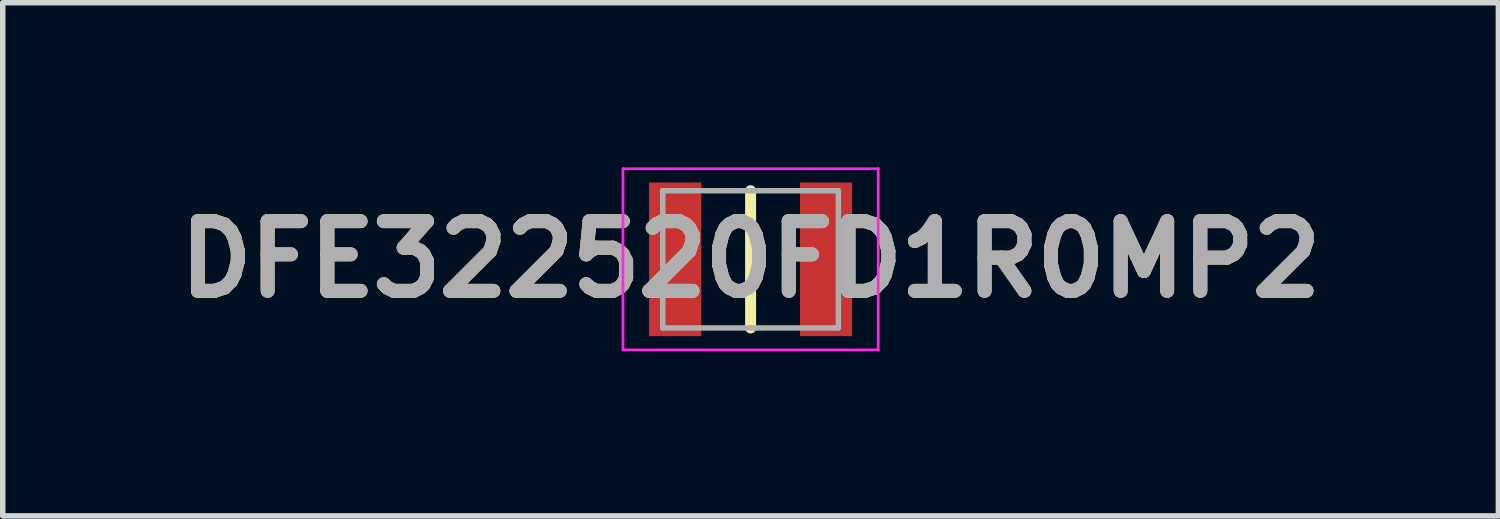
<source format=kicad_pcb>
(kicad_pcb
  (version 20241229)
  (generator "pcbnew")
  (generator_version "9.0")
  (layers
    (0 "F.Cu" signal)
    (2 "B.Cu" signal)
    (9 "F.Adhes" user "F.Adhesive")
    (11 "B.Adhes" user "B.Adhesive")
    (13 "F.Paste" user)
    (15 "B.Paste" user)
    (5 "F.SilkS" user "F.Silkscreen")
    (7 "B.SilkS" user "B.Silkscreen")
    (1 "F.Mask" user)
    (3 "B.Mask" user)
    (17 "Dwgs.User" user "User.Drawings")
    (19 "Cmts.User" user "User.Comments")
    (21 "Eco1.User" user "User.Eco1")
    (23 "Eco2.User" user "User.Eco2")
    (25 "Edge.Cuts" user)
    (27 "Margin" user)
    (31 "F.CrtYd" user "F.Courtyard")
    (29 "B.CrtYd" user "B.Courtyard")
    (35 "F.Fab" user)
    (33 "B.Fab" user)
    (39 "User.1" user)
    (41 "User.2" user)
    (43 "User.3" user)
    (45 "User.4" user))
  (footprint "DFE322520FD1R0MP2"
    (layer "F.Cu")
    (at 10.626 1.675)
    (property "Reference" "DFE322520FD1R0MP2" (at 0 0 0) (layer "F.SilkS") (effects (font (size 1.27 1.27) (thickness 0.254))))
    (attr smd)
    (fp_line (start 0 -1.25) (end 0 1.25) (stroke (width 0.2) (type solid)) (layer "F.SilkS"))
    (fp_line (start -2.325 -1.65) (end 2.325 -1.65) (stroke (width 0.05) (type solid)) (layer "F.CrtYd"))
    (fp_line (start -2.325 1.65) (end -2.325 -1.65) (stroke (width 0.05) (type solid)) (layer "F.CrtYd"))
    (fp_line (start 2.325 -1.65) (end 2.325 1.65) (stroke (width 0.05) (type solid)) (layer "F.CrtYd"))
    (fp_line (start 2.325 1.65) (end -2.325 1.65) (stroke (width 0.05) (type solid)) (layer "F.CrtYd"))
    (fp_line (start -1.6 -1.25) (end 1.6 -1.25) (stroke (width 0.1) (type solid)) (layer "F.Fab"))
    (fp_line (start -1.6 1.25) (end -1.6 -1.25) (stroke (width 0.1) (type solid)) (layer "F.Fab"))
    (fp_line (start 1.6 -1.25) (end 1.6 1.25) (stroke (width 0.1) (type solid)) (layer "F.Fab"))
    (fp_line (start 1.6 1.25) (end -1.6 1.25) (stroke (width 0.1) (type solid)) (layer "F.Fab"))
    (fp_text user "${REFERENCE}" (at 0 0 0) (layer "F.Fab") (effects (font (size 1.27 1.27) (thickness 0.254))))
    (pad "1" smd rect (at -1.375 0) (size 0.95 2.8) (layers "F.Cu" "F.Mask" "F.Paste"))
    (pad "2" smd rect (at 1.375 0) (size 0.95 2.8) (layers "F.Cu" "F.Mask" "F.Paste")))
  (gr_rect
    (start -3 -3)
    (end 24.251 6.35)
    (stroke (width 0.1) (type default))
    (fill no)
    (layer "Edge.Cuts")))
</source>
